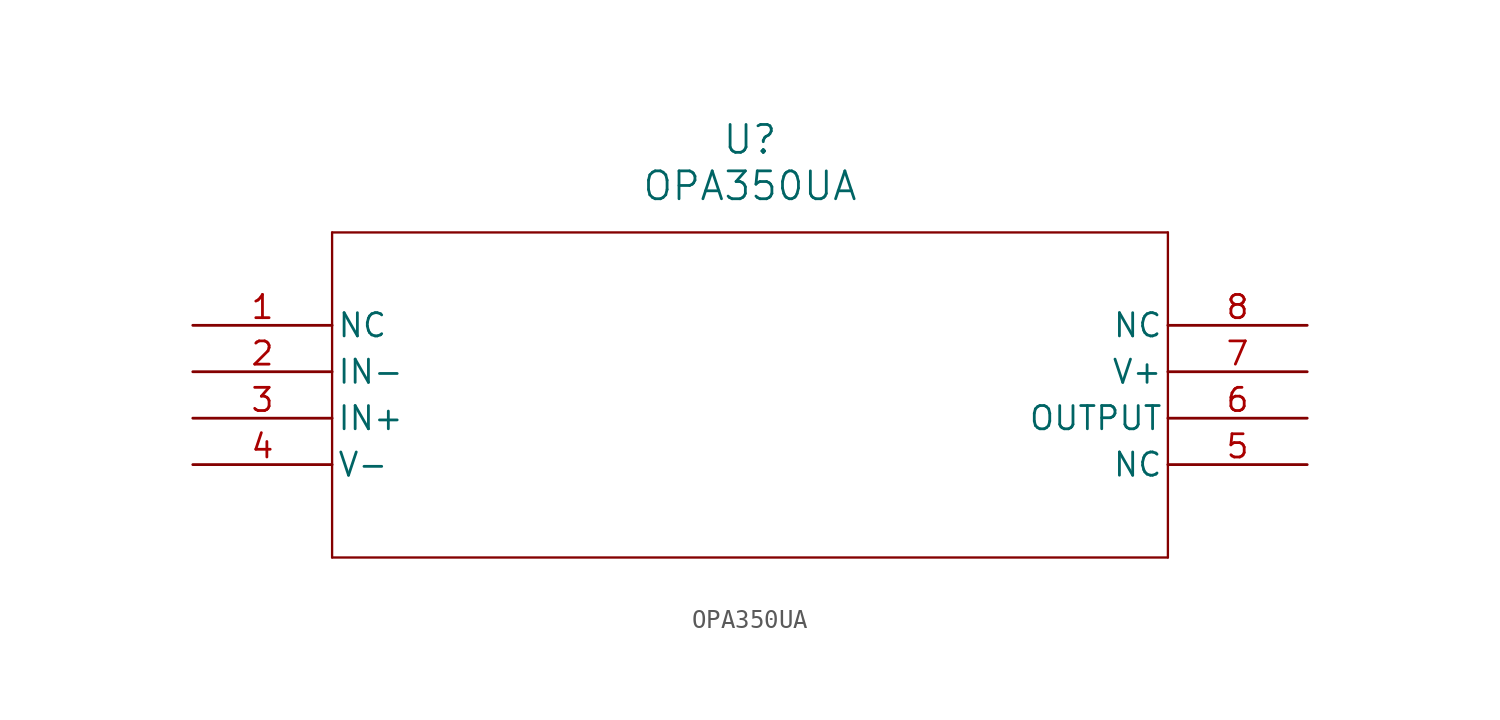
<source format=kicad_sym>
(kicad_symbol_lib
  (version 20240529)
  (generator "kicad_symbol_editor")
  (generator_version "8.99")
  (symbol "OPA350UA"
    (pin_names
      (offset 0.254))
    (property "Reference" "U"
      (at 30.48 10.16 0)
      (effects (font (size 1.524 1.524))))
    (property "Value" "OPA350UA"
      (at 30.48 7.62 0)
      (effects (font (size 1.524 1.524))))
    (property "ki_locked" ""
      (at 0 0 0)
      (effects (font (size 1.27 1.27))))
    (symbol "OPA350UA_0_1"
      (polyline (pts (xy 7.62 5.08) (xy 7.62 -12.7)) (stroke (width 0.127) (type default)) (fill (type none)))
      (polyline (pts (xy 7.62 -12.7) (xy 53.34 -12.7)) (stroke (width 0.127) (type default)) (fill (type none)))
      (polyline (pts (xy 53.34 5.08) (xy 7.62 5.08)) (stroke (width 0.127) (type default)) (fill (type none)))
      (polyline (pts (xy 53.34 -12.7) (xy 53.34 5.08)) (stroke (width 0.127) (type default)) (fill (type none)))
      (pin unspecified line (at 0 0 0) (length 7.62) (name "NC" (effects (font (size 1.27 1.27)))) (number "1" (effects (font (size 1.27 1.27)))))
      (pin input line (at 0 -2.54 0) (length 7.62) (name "IN-" (effects (font (size 1.27 1.27)))) (number "2" (effects (font (size 1.27 1.27)))))
      (pin input line (at 0 -5.08 0) (length 7.62) (name "IN+" (effects (font (size 1.27 1.27)))) (number "3" (effects (font (size 1.27 1.27)))))
      (pin power_in line (at 0 -7.62 0) (length 7.62) (name "V-" (effects (font (size 1.27 1.27)))) (number "4" (effects (font (size 1.27 1.27)))))
      (pin unspecified line (at 60.96 0 180) (length 7.62) (name "NC" (effects (font (size 1.27 1.27)))) (number "8" (effects (font (size 1.27 1.27)))))
      (pin power_in line (at 60.96 -2.54 180) (length 7.62) (name "V+" (effects (font (size 1.27 1.27)))) (number "7" (effects (font (size 1.27 1.27)))))
      (pin output line (at 60.96 -5.08 180) (length 7.62) (name "OUTPUT" (effects (font (size 1.27 1.27)))) (number "6" (effects (font (size 1.27 1.27)))))
      (pin unspecified line (at 60.96 -7.62 180) (length 7.62) (name "NC" (effects (font (size 1.27 1.27)))) (number "5" (effects (font (size 1.27 1.27))))))))
</source>
